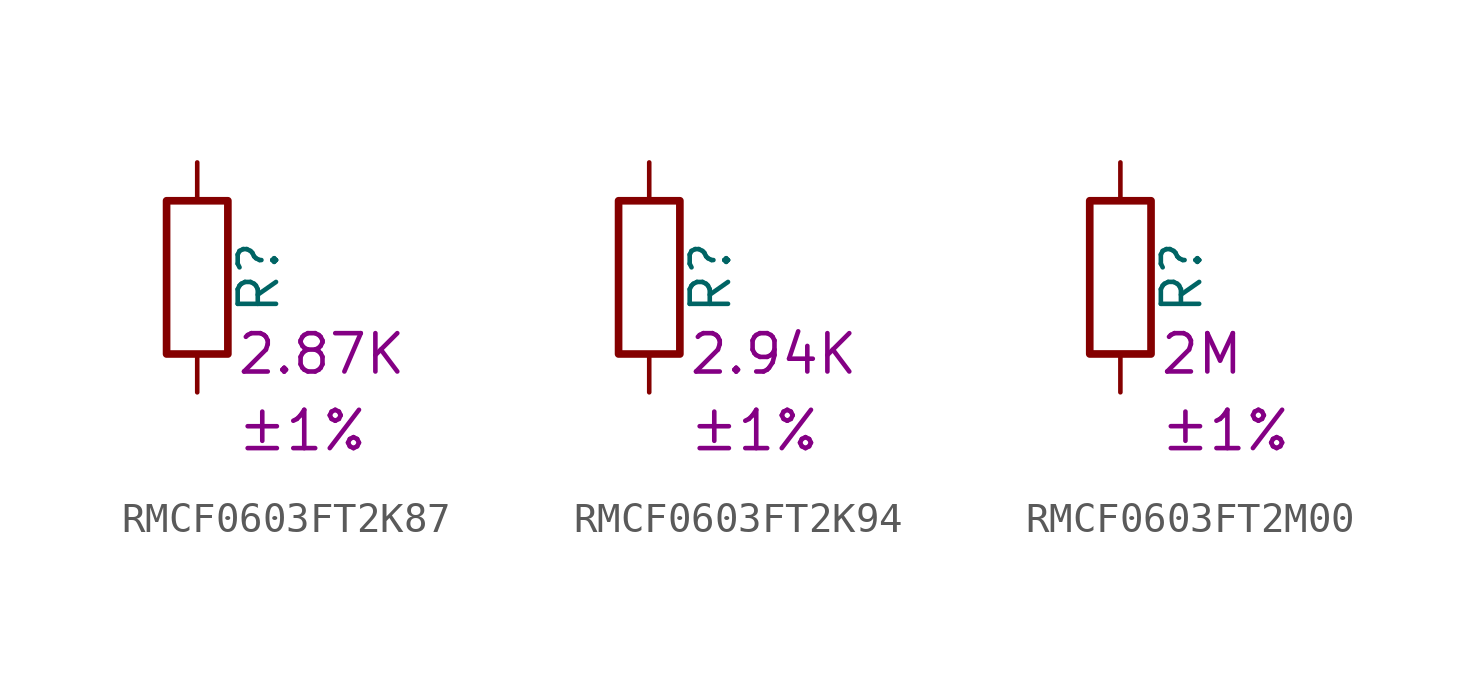
<source format=kicad_sym>
(kicad_symbol_lib
  (version 20220914)
  (generator kicad_symbol_editor)
  (symbol "RMCF0603FT2K87"
    (pin_numbers hide)
    (pin_names
      (offset 0))
    (property "Reference" "R"
      (at 2.032 0 90)
      (effects (font (size 1.27 1.27))))
    (property "Resistance" "2.87K"
      (at 1.27 -2.54 0)
      (effects (font (size 1.27 1.27)) (justify left)))
    (property "Tolerance" "±1%"
      (at 1.27 -5.08 0)
      (effects (font (size 1.27 1.27)) (justify left)))
    (symbol "RMCF0603FT2K87_0_1"
      (rectangle (start -1.016 -2.54) (end 1.016 2.54) (stroke (width 0.254) (type default)) (fill (type none))))
    (symbol "RMCF0603FT2K87_1_1"
      (pin passive line (at 0 3.81 270) (length 1.27) (name "~" (effects (font (size 1.27 1.27)))) (number "1" (effects (font (size 1.27 1.27)))))
      (pin passive line (at 0 -3.81 90) (length 1.27) (name "~" (effects (font (size 1.27 1.27)))) (number "2" (effects (font (size 1.27 1.27)))))))
  (symbol "RMCF0603FT2K94"
    (pin_numbers hide)
    (pin_names
      (offset 0))
    (property "Reference" "R"
      (at 2.032 0 90)
      (effects (font (size 1.27 1.27))))
    (property "Resistance" "2.94K"
      (at 1.27 -2.54 0)
      (effects (font (size 1.27 1.27)) (justify left)))
    (property "Tolerance" "±1%"
      (at 1.27 -5.08 0)
      (effects (font (size 1.27 1.27)) (justify left)))
    (symbol "RMCF0603FT2K94_0_1"
      (rectangle (start -1.016 -2.54) (end 1.016 2.54) (stroke (width 0.254) (type default)) (fill (type none))))
    (symbol "RMCF0603FT2K94_1_1"
      (pin passive line (at 0 3.81 270) (length 1.27) (name "~" (effects (font (size 1.27 1.27)))) (number "1" (effects (font (size 1.27 1.27)))))
      (pin passive line (at 0 -3.81 90) (length 1.27) (name "~" (effects (font (size 1.27 1.27)))) (number "2" (effects (font (size 1.27 1.27)))))))
  (symbol "RMCF0603FT2M00"
    (pin_numbers hide)
    (pin_names
      (offset 0))
    (property "Reference" "R"
      (at 2.032 0 90)
      (effects (font (size 1.27 1.27))))
    (property "Resistance" "2M"
      (at 1.27 -2.54 0)
      (effects (font (size 1.27 1.27)) (justify left)))
    (property "Tolerance" "±1%"
      (at 1.27 -5.08 0)
      (effects (font (size 1.27 1.27)) (justify left)))
    (symbol "RMCF0603FT2M00_0_1"
      (rectangle (start -1.016 -2.54) (end 1.016 2.54) (stroke (width 0.254) (type default)) (fill (type none))))
    (symbol "RMCF0603FT2M00_1_1"
      (pin passive line (at 0 3.81 270) (length 1.27) (name "~" (effects (font (size 1.27 1.27)))) (number "1" (effects (font (size 1.27 1.27)))))
      (pin passive line (at 0 -3.81 90) (length 1.27) (name "~" (effects (font (size 1.27 1.27)))) (number "2" (effects (font (size 1.27 1.27))))))))
</source>
